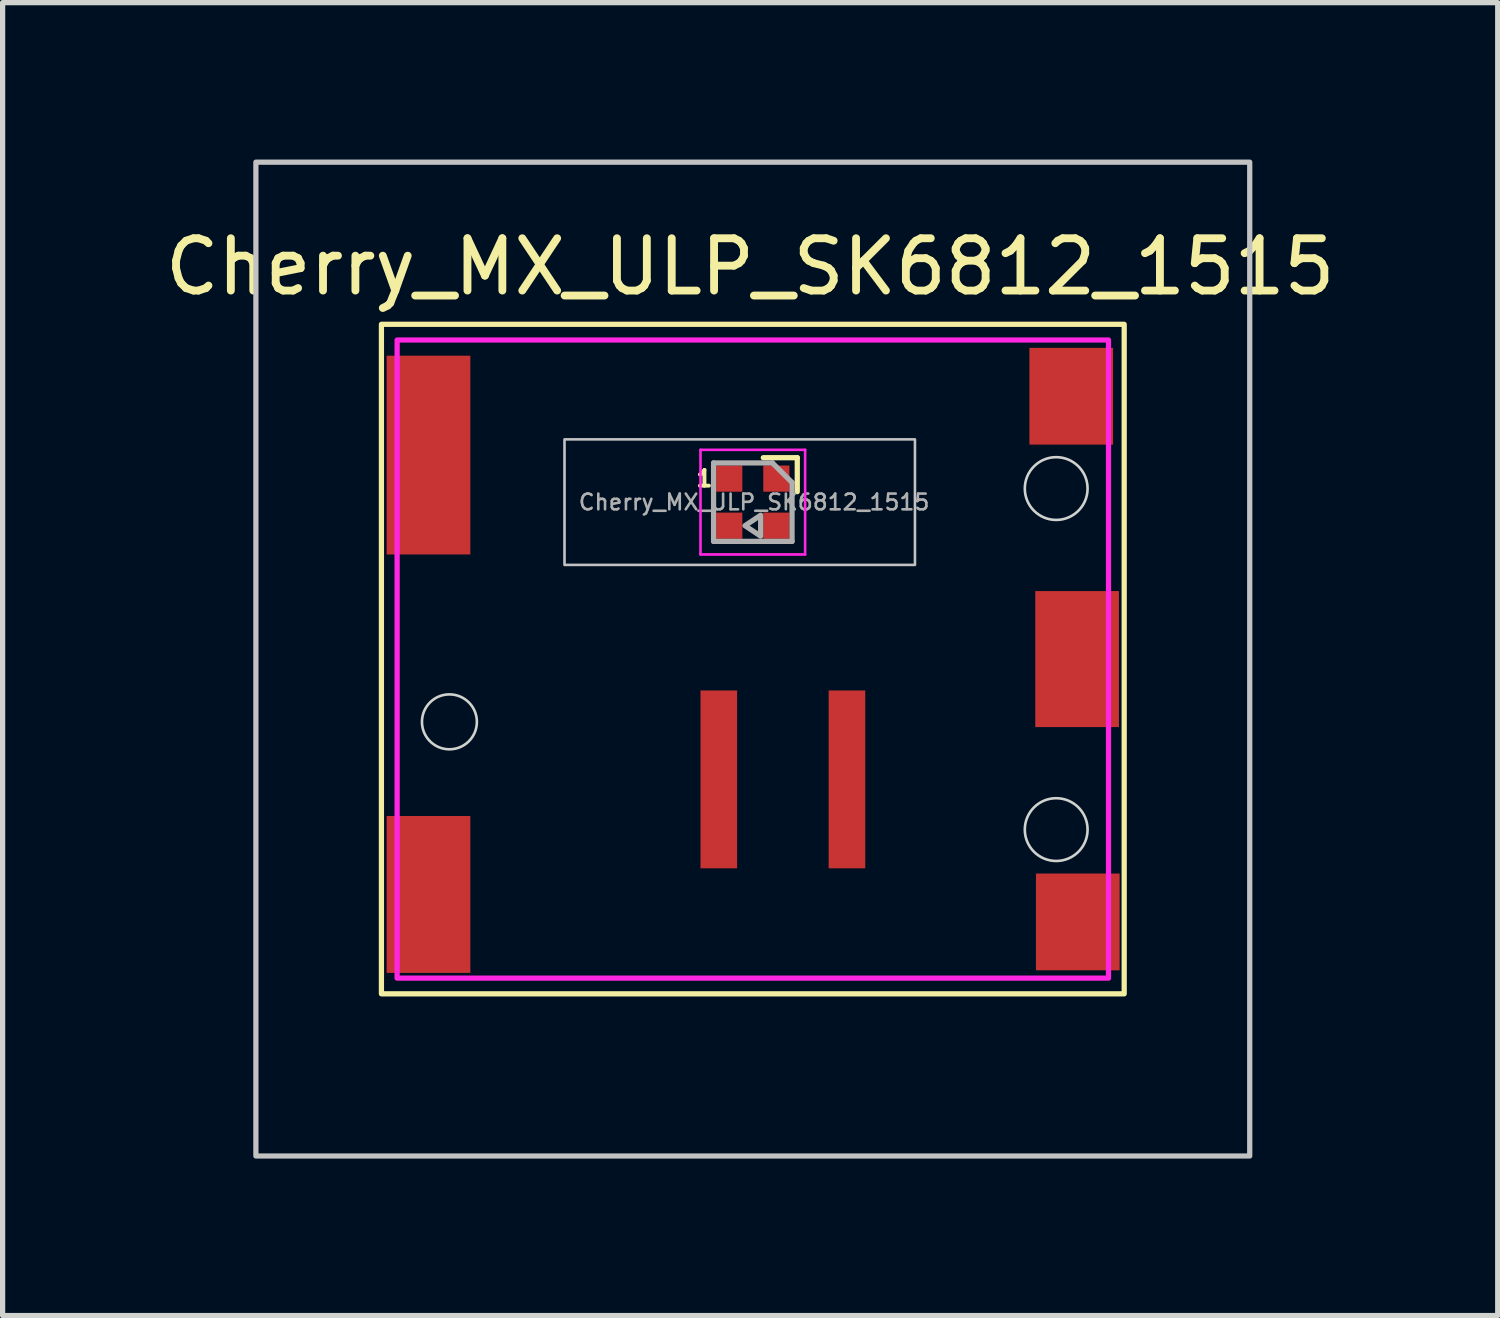
<source format=kicad_pcb>
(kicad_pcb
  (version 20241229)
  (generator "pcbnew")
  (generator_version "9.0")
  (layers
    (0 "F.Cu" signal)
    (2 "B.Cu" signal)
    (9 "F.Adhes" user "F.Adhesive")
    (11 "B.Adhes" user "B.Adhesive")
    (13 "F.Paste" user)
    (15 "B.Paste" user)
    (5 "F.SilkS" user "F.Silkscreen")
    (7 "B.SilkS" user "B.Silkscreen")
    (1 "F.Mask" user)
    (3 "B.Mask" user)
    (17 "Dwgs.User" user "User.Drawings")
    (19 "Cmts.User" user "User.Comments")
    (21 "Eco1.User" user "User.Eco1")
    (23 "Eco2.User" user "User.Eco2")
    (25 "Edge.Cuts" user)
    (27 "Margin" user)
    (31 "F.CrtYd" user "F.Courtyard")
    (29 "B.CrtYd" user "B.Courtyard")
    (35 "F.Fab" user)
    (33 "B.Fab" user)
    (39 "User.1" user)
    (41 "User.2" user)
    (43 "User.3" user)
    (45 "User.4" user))
  (footprint "Cherry_MX_ULP_SK6812_1515"
    (layer "F.Cu")
    (at 11.342 9.55)
    (property "Reference" "Cherry_MX_ULP_SK6812_1515" (at -0.05 -7.5 0) (unlocked yes) (layer "F.SilkS") (effects (font (size 1 1) (thickness 0.15))))
    (attr smd)
    (fp_line (start 0.85 -3.85) (end 0.2 -3.85) (stroke (width 0.1) (type solid)) (layer "F.SilkS"))
    (fp_line (start 0.85 -3.2) (end 0.85 -3.85) (stroke (width 0.1) (type solid)) (layer "F.SilkS"))
    (fp_rect (start -7.1 -6.4) (end 7.1 6.4) (stroke (width 0.1) (type solid)) (fill no) (layer "F.SilkS"))
    (fp_rect (start -9.5 -9.5) (end 9.5 9.5) (stroke (width 0.1) (type solid)) (fill no) (layer "Dwgs.User"))
    (fp_rect (start -3.6 -1.8) (end 3.1 -4.2) (stroke (width 0.05) (type solid)) (fill no) (layer "Dwgs.User"))
    (fp_rect (start -7.5 -7.5) (end 7.5 7.5) (stroke (width 0.12) (type solid)) (fill no) (layer "Eco1.User"))
    (fp_circle (center -5.8 1.2) (end -5.275 1.2) (stroke (width 0.05) (type solid)) (fill no) (layer "Edge.Cuts"))
    (fp_circle (center 5.8 -3.26) (end 6.4 -3.26) (stroke (width 0.05) (type solid)) (fill no) (layer "Edge.Cuts"))
    (fp_circle (center 5.8 3.26) (end 6.4 3.26) (stroke (width 0.05) (type solid)) (fill no) (layer "Edge.Cuts"))
    (fp_line (start -1 -4) (end 1 -4) (stroke (width 0.05) (type solid)) (layer "F.CrtYd"))
    (fp_line (start -1 -2) (end -1 -4) (stroke (width 0.05) (type solid)) (layer "F.CrtYd"))
    (fp_line (start 1 -4) (end 1 -2) (stroke (width 0.05) (type solid)) (layer "F.CrtYd"))
    (fp_line (start 1 -2) (end -1 -2) (stroke (width 0.05) (type solid)) (layer "F.CrtYd"))
    (fp_rect (start -6.8 -6.1) (end 6.8 6.1) (stroke (width 0.1) (type solid)) (fill no) (layer "F.CrtYd"))
    (fp_line (start -0.75 -3.75) (end 0.375 -3.75) (stroke (width 0.1) (type solid)) (layer "F.Fab"))
    (fp_line (start -0.75 -2.25) (end -0.75 -3.75) (stroke (width 0.1) (type solid)) (layer "F.Fab"))
    (fp_line (start 0.375 -3.75) (end 0.75 -3.375) (stroke (width 0.1) (type solid)) (layer "F.Fab"))
    (fp_line (start 0.75 -3.375) (end 0.75 -2.25) (stroke (width 0.1) (type solid)) (layer "F.Fab"))
    (fp_line (start 0.75 -2.25) (end -0.75 -2.25) (stroke (width 0.1) (type solid)) (layer "F.Fab"))
    (fp_poly (pts (xy 0.15 -2.75) (xy -0.15 -2.55) (xy 0.15 -2.35)) (stroke (width 0.1) (type solid)) (fill no) (layer "F.Fab"))
    (fp_text user "1" (at -0.925 -3.45 0) (layer "F.SilkS") (effects (font (size 0.3 0.3) (thickness 0.075))))
    (fp_text user "Keycap" (at -5.9 -7 0) (unlocked yes) (layer "Eco1.User") (effects (font (size 0.5 0.5) (thickness 0.1))))
    (fp_text user "${REFERENCE}" (at 0.025 -3 0) (layer "F.Fab") (effects (font (size 0.3 0.3) (thickness 0.05))))
    (pad "1" smd rect (at -0.45 -3.45) (size 0.5 0.5) (layers "F.Cu" "F.Mask" "F.Paste"))
    (pad "2" smd rect (at -0.45 -2.55) (size 0.5 0.5) (layers "F.Cu" "F.Mask" "F.Paste"))
    (pad "3" smd rect (at 0.45 -2.55) (size 0.5 0.5) (layers "F.Cu" "F.Mask" "F.Paste"))
    (pad "4" smd rect (at 0.45 -3.45) (size 0.5 0.5) (layers "F.Cu" "F.Mask" "F.Paste"))
    (pad "5" smd rect (at -0.65 2.3) (size 0.7 3.4) (layers "F.Cu" "F.Mask" "F.Paste"))
    (pad "6" smd rect (at 1.8 2.3) (size 0.7 3.4) (layers "F.Cu" "F.Mask" "F.Paste"))
    (pad "7" smd rect (at -6.2 -3.9) (size 1.6 3.8) (layers "F.Cu" "F.Mask" "F.Paste"))
    (pad "7" smd rect (at -6.2 4.5) (size 1.6 3) (layers "F.Cu" "F.Mask" "F.Paste"))
    (pad "7" smd rect (at 6.088 -5.025) (size 1.6 1.85) (layers "F.Cu" "F.Mask" "F.Paste"))
    (pad "7" smd rect (at 6.2 0) (size 1.6 2.6) (layers "F.Cu" "F.Mask" "F.Paste"))
    (pad "7" smd rect (at 6.213 5.025) (size 1.6 1.85) (layers "F.Cu" "F.Mask" "F.Paste"))
    (zone (net_name "") (layer "Dwgs.User") (hatch edge 0.508) (connect_pads) (min_thickness 0.254) (filled_areas_thickness no) (keepout (tracks not_allowed) (vias not_allowed) (pads not_allowed) (copperpour not_allowed) (footprints allowed)) (placement (enabled no)) (fill) (polygon (pts (xy 10.142 13.75) (xy 6.342 13.75) (xy 6.342 11.75) (xy 10.142 11.75)))))
  (gr_rect
    (start -3 -3)
    (end 25.583 22.1)
    (stroke (width 0.1) (type default))
    (fill no)
    (layer "Edge.Cuts")))
</source>
